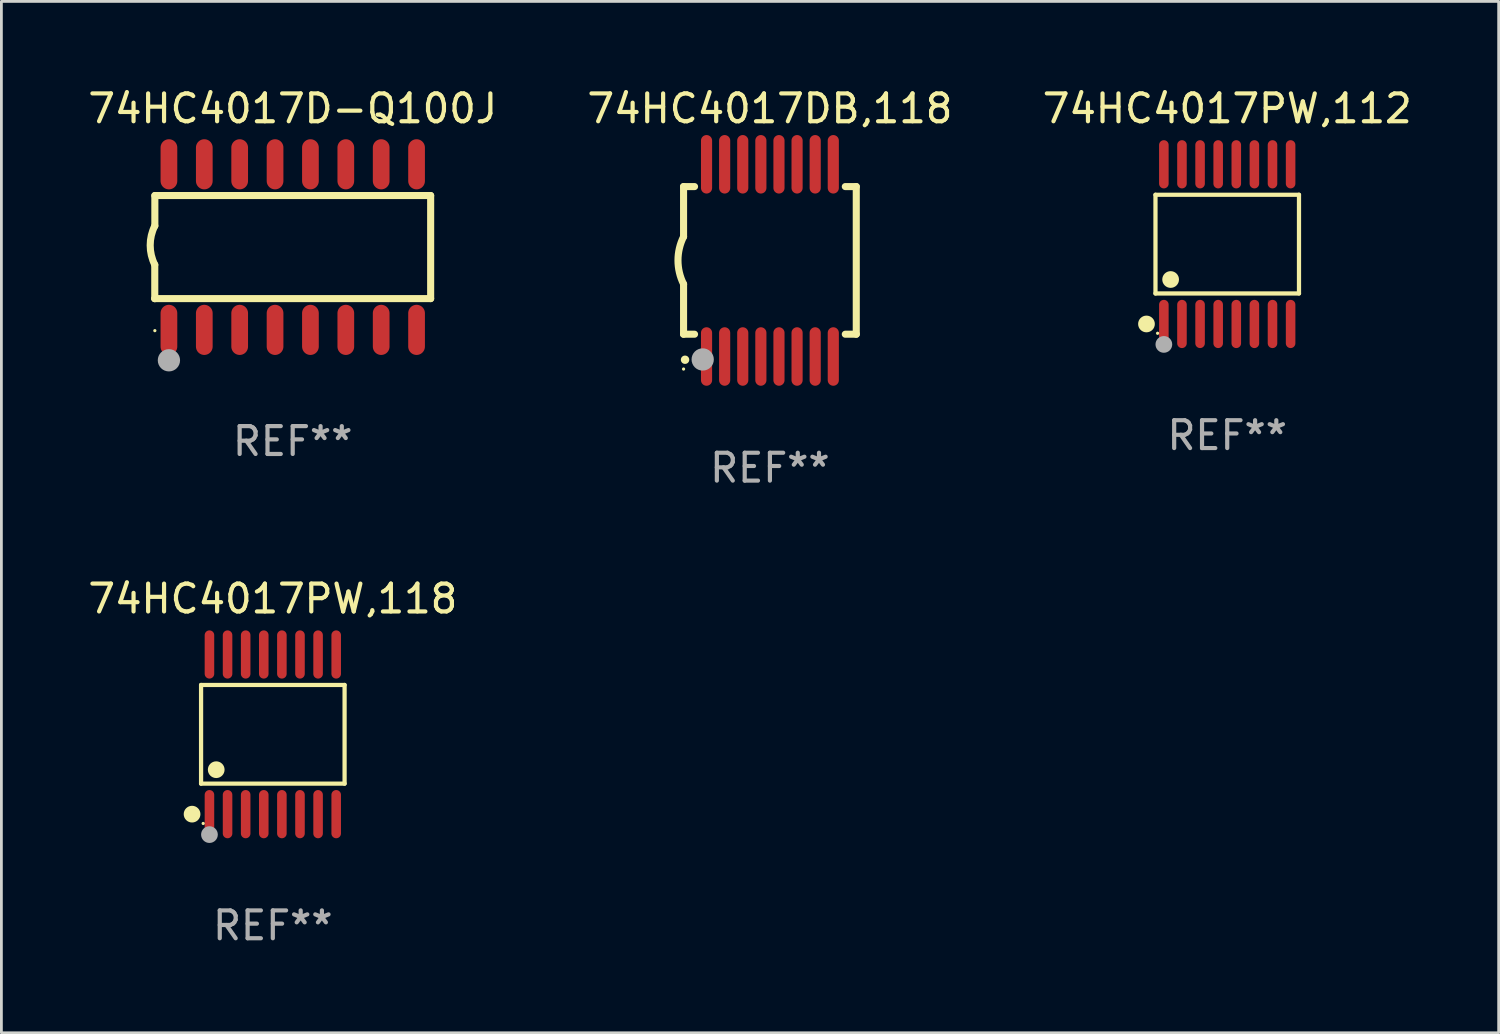
<source format=kicad_pcb>
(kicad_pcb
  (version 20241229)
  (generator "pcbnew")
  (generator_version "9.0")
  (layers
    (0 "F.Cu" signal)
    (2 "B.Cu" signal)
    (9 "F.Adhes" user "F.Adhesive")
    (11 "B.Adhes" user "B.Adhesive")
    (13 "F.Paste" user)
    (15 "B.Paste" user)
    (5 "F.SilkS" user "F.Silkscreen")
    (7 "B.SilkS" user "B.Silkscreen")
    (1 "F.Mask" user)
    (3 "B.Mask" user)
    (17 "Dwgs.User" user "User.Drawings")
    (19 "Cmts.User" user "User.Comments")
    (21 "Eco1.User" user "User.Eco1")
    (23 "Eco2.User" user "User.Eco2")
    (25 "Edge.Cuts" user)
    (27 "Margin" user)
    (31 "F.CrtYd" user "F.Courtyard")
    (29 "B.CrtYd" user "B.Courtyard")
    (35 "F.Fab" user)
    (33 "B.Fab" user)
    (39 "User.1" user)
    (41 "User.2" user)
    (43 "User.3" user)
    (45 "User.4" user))
  (footprint "74HC4017DB,118"
    (layer "F.Cu")
    (at 24.589 6.298)
    (property "Reference" "74HC4017DB,118" (at 0 -5.45 0) (layer "F.SilkS") (effects (font (size 1 1) (thickness 0.15))))
    (attr through_hole)
    (fp_line (start -3.1 -2.65) (end -3.1 -0.85) (stroke (width 0.254) (type solid)) (layer "F.SilkS"))
    (fp_line (start -3.1 -2.65) (end -2.706 -2.65) (stroke (width 0.254) (type solid)) (layer "F.SilkS"))
    (fp_line (start -3.1 2.65) (end -3.1 0.85) (stroke (width 0.254) (type solid)) (layer "F.SilkS"))
    (fp_line (start -3.1 2.65) (end -2.706 2.65) (stroke (width 0.254) (type solid)) (layer "F.SilkS"))
    (fp_line (start 2.706 -2.65) (end 3.1 -2.65) (stroke (width 0.254) (type solid)) (layer "F.SilkS"))
    (fp_line (start 2.706 2.65) (end 3.1 2.65) (stroke (width 0.254) (type solid)) (layer "F.SilkS"))
    (fp_line (start 3.1 -2.65) (end 3.1 2.65) (stroke (width 0.254) (type solid)) (layer "F.SilkS"))
    (fp_arc (start -3.098907 0.850902) (mid -3.300057 0.000523) (end -3.1 -0.850114) (stroke (width 0.254001) (type solid)) (layer "F.SilkS"))
    (fp_arc (start -3.048006 3.566066) (mid -3.046736 3.566061) (end -3.045466 3.566066) (stroke (width 0.3) (type solid)) (layer "F.SilkS"))
    (fp_circle (center -3.1 3.9) (end -3.07 3.9) (stroke (width 0.06) (type solid)) (fill no) (layer "F.SilkS"))
    (fp_circle (center -2.413 3.556) (end -2.213 3.556) (stroke (width 0.4) (type solid)) (fill no) (layer "F.Fab"))
    (fp_text user "REF**" (at 0 7.45 0) (layer "F.Fab") (effects (font (size 1 1) (thickness 0.15))))
    (pad "1" smd oval (at -2.275 3.45 180) (size 0.4 2.1) (layers "F.Cu" "F.Mask" "F.Paste"))
    (pad "2" smd oval (at -1.625 3.45 180) (size 0.4 2.1) (layers "F.Cu" "F.Mask" "F.Paste"))
    (pad "3" smd oval (at -0.975 3.45 180) (size 0.4 2.1) (layers "F.Cu" "F.Mask" "F.Paste"))
    (pad "4" smd oval (at -0.325 3.45 180) (size 0.4 2.1) (layers "F.Cu" "F.Mask" "F.Paste"))
    (pad "5" smd oval (at 0.325 3.45 180) (size 0.4 2.1) (layers "F.Cu" "F.Mask" "F.Paste"))
    (pad "6" smd oval (at 0.975 3.45 180) (size 0.4 2.1) (layers "F.Cu" "F.Mask" "F.Paste"))
    (pad "7" smd oval (at 1.625 3.45 180) (size 0.4 2.1) (layers "F.Cu" "F.Mask" "F.Paste"))
    (pad "8" smd oval (at 2.275 3.45 180) (size 0.4 2.1) (layers "F.Cu" "F.Mask" "F.Paste"))
    (pad "9" smd oval (at 2.275 -3.45 180) (size 0.4 2.1) (layers "F.Cu" "F.Mask" "F.Paste"))
    (pad "10" smd oval (at 1.625 -3.45 180) (size 0.4 2.1) (layers "F.Cu" "F.Mask" "F.Paste"))
    (pad "11" smd oval (at 0.975 -3.45 180) (size 0.4 2.1) (layers "F.Cu" "F.Mask" "F.Paste"))
    (pad "12" smd oval (at 0.325 -3.45 180) (size 0.4 2.1) (layers "F.Cu" "F.Mask" "F.Paste"))
    (pad "13" smd oval (at -0.325 -3.45 180) (size 0.4 2.1) (layers "F.Cu" "F.Mask" "F.Paste"))
    (pad "14" smd oval (at -0.975 -3.45 180) (size 0.4 2.1) (layers "F.Cu" "F.Mask" "F.Paste"))
    (pad "15" smd oval (at -1.625 -3.45 180) (size 0.4 2.1) (layers "F.Cu" "F.Mask" "F.Paste"))
    (pad "16" smd oval (at -2.275 -3.45 180) (size 0.4 2.1) (layers "F.Cu" "F.Mask" "F.Paste")))
  (footprint "74HC4017PW,112"
    (layer "F.Cu")
    (at 41.006 5.714)
    (property "Reference" "74HC4017PW,112" (at 0 -4.866 0) (layer "F.SilkS") (effects (font (size 1 1) (thickness 0.15))))
    (attr through_hole)
    (fp_line (start -2.576 -1.772) (end 2.576 -1.772) (stroke (width 0.152) (type solid)) (layer "F.SilkS"))
    (fp_line (start -2.576 1.771) (end -2.576 -1.772) (stroke (width 0.152) (type solid)) (layer "F.SilkS"))
    (fp_line (start 2.576 -1.772) (end 2.576 1.771) (stroke (width 0.152) (type solid)) (layer "F.SilkS"))
    (fp_line (start 2.576 1.771) (end -2.576 1.771) (stroke (width 0.152) (type solid)) (layer "F.SilkS"))
    (fp_circle (center -2.899 2.866) (end -2.749 2.866) (stroke (width 0.3) (type solid)) (fill no) (layer "F.SilkS"))
    (fp_circle (center -2.5 3.2) (end -2.47 3.2) (stroke (width 0.06) (type solid)) (fill no) (layer "F.SilkS"))
    (fp_circle (center -2.032 1.27) (end -1.882 1.27) (stroke (width 0.3) (type solid)) (fill no) (layer "F.SilkS"))
    (fp_circle (center -2.275 3.6) (end -2.125 3.6) (stroke (width 0.3) (type solid)) (fill no) (layer "F.Fab"))
    (fp_text user "REF**" (at 0 6.866 0) (layer "F.Fab") (effects (font (size 1 1) (thickness 0.15))))
    (pad "1" smd oval (at -2.275 2.866) (size 0.343 1.731) (layers "F.Cu" "F.Mask" "F.Paste"))
    (pad "2" smd oval (at -1.625 2.866) (size 0.343 1.731) (layers "F.Cu" "F.Mask" "F.Paste"))
    (pad "3" smd oval (at -0.975 2.866) (size 0.343 1.731) (layers "F.Cu" "F.Mask" "F.Paste"))
    (pad "4" smd oval (at -0.325 2.866) (size 0.343 1.731) (layers "F.Cu" "F.Mask" "F.Paste"))
    (pad "5" smd oval (at 0.325 2.866) (size 0.343 1.731) (layers "F.Cu" "F.Mask" "F.Paste"))
    (pad "6" smd oval (at 0.975 2.866) (size 0.343 1.731) (layers "F.Cu" "F.Mask" "F.Paste"))
    (pad "7" smd oval (at 1.625 2.866) (size 0.343 1.731) (layers "F.Cu" "F.Mask" "F.Paste"))
    (pad "8" smd oval (at 2.275 2.866) (size 0.343 1.731) (layers "F.Cu" "F.Mask" "F.Paste"))
    (pad "9" smd oval (at 2.275 -2.866) (size 0.343 1.731) (layers "F.Cu" "F.Mask" "F.Paste"))
    (pad "10" smd oval (at 1.625 -2.866) (size 0.343 1.731) (layers "F.Cu" "F.Mask" "F.Paste"))
    (pad "11" smd oval (at 0.975 -2.866) (size 0.343 1.731) (layers "F.Cu" "F.Mask" "F.Paste"))
    (pad "12" smd oval (at 0.325 -2.866) (size 0.343 1.731) (layers "F.Cu" "F.Mask" "F.Paste"))
    (pad "13" smd oval (at -0.325 -2.866) (size 0.343 1.731) (layers "F.Cu" "F.Mask" "F.Paste"))
    (pad "14" smd oval (at -0.975 -2.866) (size 0.343 1.731) (layers "F.Cu" "F.Mask" "F.Paste"))
    (pad "15" smd oval (at -1.625 -2.866) (size 0.343 1.731) (layers "F.Cu" "F.Mask" "F.Paste"))
    (pad "16" smd oval (at -2.275 -2.866) (size 0.343 1.731) (layers "F.Cu" "F.Mask" "F.Paste")))
  (footprint "74HC4017PW,118"
    (layer "F.Cu")
    (at 6.744 23.311)
    (property "Reference" "74HC4017PW,118" (at 0 -4.866 0) (layer "F.SilkS") (effects (font (size 1 1) (thickness 0.15))))
    (attr through_hole)
    (fp_line (start -2.576 -1.772) (end 2.576 -1.772) (stroke (width 0.152) (type solid)) (layer "F.SilkS"))
    (fp_line (start -2.576 1.771) (end -2.576 -1.772) (stroke (width 0.152) (type solid)) (layer "F.SilkS"))
    (fp_line (start 2.576 -1.772) (end 2.576 1.771) (stroke (width 0.152) (type solid)) (layer "F.SilkS"))
    (fp_line (start 2.576 1.771) (end -2.576 1.771) (stroke (width 0.152) (type solid)) (layer "F.SilkS"))
    (fp_circle (center -2.899 2.866) (end -2.749 2.866) (stroke (width 0.3) (type solid)) (fill no) (layer "F.SilkS"))
    (fp_circle (center -2.5 3.2) (end -2.47 3.2) (stroke (width 0.06) (type solid)) (fill no) (layer "F.SilkS"))
    (fp_circle (center -2.032 1.27) (end -1.882 1.27) (stroke (width 0.3) (type solid)) (fill no) (layer "F.SilkS"))
    (fp_circle (center -2.275 3.6) (end -2.125 3.6) (stroke (width 0.3) (type solid)) (fill no) (layer "F.Fab"))
    (fp_text user "REF**" (at 0 6.866 0) (layer "F.Fab") (effects (font (size 1 1) (thickness 0.15))))
    (pad "1" smd oval (at -2.275 2.866) (size 0.343 1.731) (layers "F.Cu" "F.Mask" "F.Paste"))
    (pad "2" smd oval (at -1.625 2.866) (size 0.343 1.731) (layers "F.Cu" "F.Mask" "F.Paste"))
    (pad "3" smd oval (at -0.975 2.866) (size 0.343 1.731) (layers "F.Cu" "F.Mask" "F.Paste"))
    (pad "4" smd oval (at -0.325 2.866) (size 0.343 1.731) (layers "F.Cu" "F.Mask" "F.Paste"))
    (pad "5" smd oval (at 0.325 2.866) (size 0.343 1.731) (layers "F.Cu" "F.Mask" "F.Paste"))
    (pad "6" smd oval (at 0.975 2.866) (size 0.343 1.731) (layers "F.Cu" "F.Mask" "F.Paste"))
    (pad "7" smd oval (at 1.625 2.866) (size 0.343 1.731) (layers "F.Cu" "F.Mask" "F.Paste"))
    (pad "8" smd oval (at 2.275 2.866) (size 0.343 1.731) (layers "F.Cu" "F.Mask" "F.Paste"))
    (pad "9" smd oval (at 2.275 -2.866) (size 0.343 1.731) (layers "F.Cu" "F.Mask" "F.Paste"))
    (pad "10" smd oval (at 1.625 -2.866) (size 0.343 1.731) (layers "F.Cu" "F.Mask" "F.Paste"))
    (pad "11" smd oval (at 0.975 -2.866) (size 0.343 1.731) (layers "F.Cu" "F.Mask" "F.Paste"))
    (pad "12" smd oval (at 0.325 -2.866) (size 0.343 1.731) (layers "F.Cu" "F.Mask" "F.Paste"))
    (pad "13" smd oval (at -0.325 -2.866) (size 0.343 1.731) (layers "F.Cu" "F.Mask" "F.Paste"))
    (pad "14" smd oval (at -0.975 -2.866) (size 0.343 1.731) (layers "F.Cu" "F.Mask" "F.Paste"))
    (pad "15" smd oval (at -1.625 -2.866) (size 0.343 1.731) (layers "F.Cu" "F.Mask" "F.Paste"))
    (pad "16" smd oval (at -2.275 -2.866) (size 0.343 1.731) (layers "F.Cu" "F.Mask" "F.Paste")))
  (footprint "74HC4017D-Q100J"
    (layer "F.Cu")
    (at 7.458 5.82)
    (property "Reference" "74HC4017D-Q100J" (at 0 -4.972 0) (layer "F.SilkS") (effects (font (size 1 1) (thickness 0.15))))
    (attr through_hole)
    (fp_line (start -4.952 0.635) (end -4.952 1.85) (stroke (width 0.254) (type solid)) (layer "F.SilkS"))
    (fp_line (start -4.952 1.85) (end -4.949 1.85) (stroke (width 0.254) (type solid)) (layer "F.SilkS"))
    (fp_line (start -4.949 -1.85) (end -4.949 -0.762) (stroke (width 0.254) (type solid)) (layer "F.SilkS"))
    (fp_line (start -4.949 1.85) (end 4.952 1.85) (stroke (width 0.254) (type solid)) (layer "F.SilkS"))
    (fp_line (start 4.952 -1.85) (end -4.949 -1.85) (stroke (width 0.254) (type solid)) (layer "F.SilkS"))
    (fp_line (start 4.952 1.85) (end 4.952 -1.85) (stroke (width 0.254) (type solid)) (layer "F.SilkS"))
    (fp_arc (start -4.951524 0.635001) (mid -5.116418 -0.0635) (end -4.951524 -0.762002) (stroke (width 0.254001) (type solid)) (layer "F.SilkS"))
    (fp_circle (center -4.949 3) (end -4.919 3) (stroke (width 0.06) (type solid)) (fill no) (layer "F.SilkS"))
    (fp_circle (center -4.444 4.064) (end -4.244 4.064) (stroke (width 0.4) (type solid)) (fill no) (layer "F.Fab"))
    (fp_text user "REF**" (at 0 6.972 0) (layer "F.Fab") (effects (font (size 1 1) (thickness 0.15))))
    (pad "1" smd oval (at -4.444 2.972 180) (size 0.6 1.8) (layers "F.Cu" "F.Mask" "F.Paste"))
    (pad "2" smd oval (at -3.174 2.972 180) (size 0.6 1.8) (layers "F.Cu" "F.Mask" "F.Paste"))
    (pad "3" smd oval (at -1.904 2.972 180) (size 0.6 1.8) (layers "F.Cu" "F.Mask" "F.Paste"))
    (pad "4" smd oval (at -0.634 2.972 180) (size 0.6 1.8) (layers "F.Cu" "F.Mask" "F.Paste"))
    (pad "5" smd oval (at 0.636 2.972 180) (size 0.6 1.8) (layers "F.Cu" "F.Mask" "F.Paste"))
    (pad "6" smd oval (at 1.906 2.972 180) (size 0.6 1.8) (layers "F.Cu" "F.Mask" "F.Paste"))
    (pad "7" smd oval (at 3.176 2.972 180) (size 0.6 1.8) (layers "F.Cu" "F.Mask" "F.Paste"))
    (pad "8" smd oval (at 4.446 2.972 180) (size 0.6 1.8) (layers "F.Cu" "F.Mask" "F.Paste"))
    (pad "9" smd oval (at 4.446 -2.972 180) (size 0.6 1.8) (layers "F.Cu" "F.Mask" "F.Paste"))
    (pad "10" smd oval (at 3.176 -2.972 180) (size 0.6 1.8) (layers "F.Cu" "F.Mask" "F.Paste"))
    (pad "11" smd oval (at 1.906 -2.972 180) (size 0.6 1.8) (layers "F.Cu" "F.Mask" "F.Paste"))
    (pad "12" smd oval (at 0.636 -2.972 180) (size 0.6 1.8) (layers "F.Cu" "F.Mask" "F.Paste"))
    (pad "13" smd oval (at -0.634 -2.972 180) (size 0.6 1.8) (layers "F.Cu" "F.Mask" "F.Paste"))
    (pad "14" smd oval (at -1.904 -2.972 180) (size 0.6 1.8) (layers "F.Cu" "F.Mask" "F.Paste"))
    (pad "15" smd oval (at -3.174 -2.972 180) (size 0.6 1.8) (layers "F.Cu" "F.Mask" "F.Paste"))
    (pad "16" smd oval (at -4.444 -2.972 180) (size 0.6 1.8) (layers "F.Cu" "F.Mask" "F.Paste")))
  (gr_rect
    (start -3 -3)
    (end 50.75 34.025)
    (stroke (width 0.1) (type default))
    (fill no)
    (layer "Edge.Cuts")))
</source>
